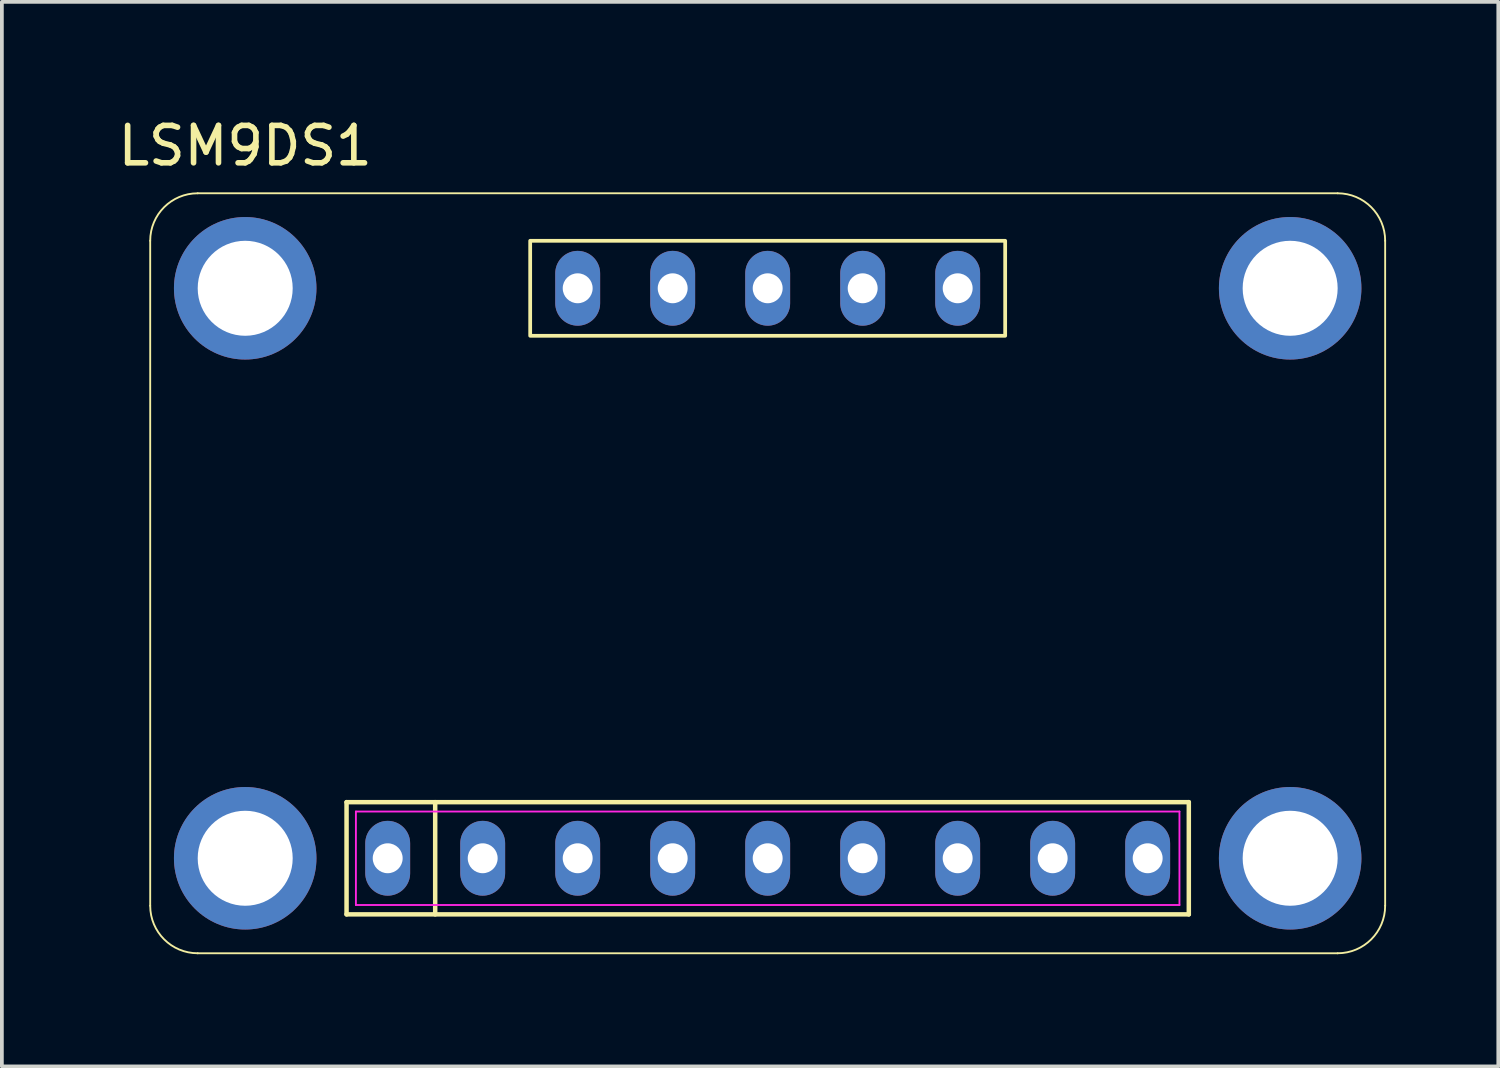
<source format=kicad_pcb>
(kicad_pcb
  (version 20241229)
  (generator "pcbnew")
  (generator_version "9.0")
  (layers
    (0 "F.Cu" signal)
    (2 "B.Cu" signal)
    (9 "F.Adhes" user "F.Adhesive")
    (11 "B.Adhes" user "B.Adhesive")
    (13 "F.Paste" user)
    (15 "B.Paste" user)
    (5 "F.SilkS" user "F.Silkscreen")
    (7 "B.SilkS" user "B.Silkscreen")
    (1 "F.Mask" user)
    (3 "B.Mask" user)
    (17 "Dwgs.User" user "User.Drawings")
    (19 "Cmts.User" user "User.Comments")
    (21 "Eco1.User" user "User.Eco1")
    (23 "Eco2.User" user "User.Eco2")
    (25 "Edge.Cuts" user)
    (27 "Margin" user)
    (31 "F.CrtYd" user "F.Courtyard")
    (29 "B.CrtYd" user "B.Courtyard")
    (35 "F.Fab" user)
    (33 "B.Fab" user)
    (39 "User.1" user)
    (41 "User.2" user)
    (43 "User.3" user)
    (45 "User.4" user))
  (footprint "LSM9DS1"
    (layer "F.Cu")
    (at 17.476 19.898)
    (property "Reference" "LSM9DS1" (at -13.97 -19.05 0) (layer "F.SilkS") (effects (font (size 1 1) (thickness 0.15))))
    (attr through_hole)
    (fp_line (start -16.51 1.27) (end -16.51 -16.51) (stroke (width 0.05) (type default)) (layer "F.SilkS"))
    (fp_line (start -15.24 -17.78) (end 15.24 -17.78) (stroke (width 0.05) (type default)) (layer "F.SilkS"))
    (fp_line (start -11.26 -1.5) (end 11.26 -1.5) (stroke (width 0.12) (type default)) (layer "F.SilkS"))
    (fp_line (start -11.26 1.5) (end -11.26 -1.5) (stroke (width 0.12) (type default)) (layer "F.SilkS"))
    (fp_line (start -8.89 -1.5) (end -8.89 1.5) (stroke (width 0.12) (type default)) (layer "F.SilkS"))
    (fp_line (start 11.26 -1.5) (end 11.26 1.5) (stroke (width 0.12) (type default)) (layer "F.SilkS"))
    (fp_line (start 11.26 1.5) (end -11.26 1.5) (stroke (width 0.12) (type default)) (layer "F.SilkS"))
    (fp_line (start 15.24 2.54) (end -15.24 2.54) (stroke (width 0.05) (type default)) (layer "F.SilkS"))
    (fp_line (start 16.51 -16.51) (end 16.51 1.27) (stroke (width 0.05) (type default)) (layer "F.SilkS"))
    (fp_rect (start -6.35 -16.51) (end 6.35 -13.97) (stroke (width 0.1) (type default)) (fill no) (layer "F.SilkS"))
    (fp_arc (start -16.51 -16.51) (mid -16.138026 -17.408026) (end -15.24 -17.78) (stroke (width 0.05) (type default)) (layer "F.SilkS"))
    (fp_arc (start -15.24 2.54) (mid -16.138026 2.168026) (end -16.51 1.27) (stroke (width 0.05) (type default)) (layer "F.SilkS"))
    (fp_arc (start 15.24 -17.78) (mid 16.138026 -17.408026) (end 16.51 -16.51) (stroke (width 0.05) (type default)) (layer "F.SilkS"))
    (fp_arc (start 16.51 1.27) (mid 16.138026 2.168026) (end 15.24 2.54) (stroke (width 0.05) (type default)) (layer "F.SilkS"))
    (fp_line (start -11.01 -1.25) (end 11.01 -1.25) (stroke (width 0.05) (type default)) (layer "F.CrtYd"))
    (fp_line (start -11.01 1.25) (end -11.01 -1.25) (stroke (width 0.05) (type default)) (layer "F.CrtYd"))
    (fp_line (start 11.01 -1.25) (end 11.01 1.25) (stroke (width 0.05) (type default)) (layer "F.CrtYd"))
    (fp_line (start 11.01 1.25) (end -11.01 1.25) (stroke (width 0.05) (type default)) (layer "F.CrtYd"))
    (pad "" thru_hole circle (at -13.97 -15.24) (size 3.81 3.81) (drill 2.54) (layers "*.Cu" "*.Mask"))
    (pad "" thru_hole circle (at -13.97 0) (size 3.81 3.81) (drill 2.54) (layers "*.Cu" "*.Mask"))
    (pad "" thru_hole circle (at 13.97 -15.24) (size 3.81 3.81) (drill 2.54) (layers "*.Cu" "*.Mask"))
    (pad "" thru_hole circle (at 13.97 0) (size 3.81 3.81) (drill 2.54) (layers "*.Cu" "*.Mask"))
    (pad "1" thru_hole oval (at -10.16 0) (size 1.2 2) (drill 0.8) (layers "*.Cu" "*.Mask"))
    (pad "2" thru_hole oval (at -7.62 0) (size 1.2 2) (drill 0.8) (layers "*.Cu" "*.Mask"))
    (pad "3" thru_hole oval (at -5.08 0) (size 1.2 2) (drill 0.8) (layers "*.Cu" "*.Mask"))
    (pad "4" thru_hole oval (at -2.54 0) (size 1.2 2) (drill 0.8) (layers "*.Cu" "*.Mask"))
    (pad "5" thru_hole oval (at 0 0) (size 1.2 2) (drill 0.8) (layers "*.Cu" "*.Mask"))
    (pad "6" thru_hole oval (at 2.54 0) (size 1.2 2) (drill 0.8) (layers "*.Cu" "*.Mask"))
    (pad "7" thru_hole oval (at 5.08 0) (size 1.2 2) (drill 0.8) (layers "*.Cu" "*.Mask"))
    (pad "8" thru_hole oval (at 7.62 0) (size 1.2 2) (drill 0.8) (layers "*.Cu" "*.Mask"))
    (pad "9" thru_hole oval (at 10.16 0) (size 1.2 2) (drill 0.8) (layers "*.Cu" "*.Mask"))
    (pad "10" thru_hole oval (at 5.08 -15.24) (size 1.2 2) (drill 0.8) (layers "*.Cu" "*.Mask"))
    (pad "11" thru_hole oval (at 2.54 -15.24) (size 1.2 2) (drill 0.8) (layers "*.Cu" "*.Mask"))
    (pad "12" thru_hole oval (at 0 -15.24) (size 1.2 2) (drill 0.8) (layers "*.Cu" "*.Mask"))
    (pad "13" thru_hole oval (at -2.54 -15.24) (size 1.2 2) (drill 0.8) (layers "*.Cu" "*.Mask"))
    (pad "14" thru_hole oval (at -5.08 -15.24) (size 1.2 2) (drill 0.8) (layers "*.Cu" "*.Mask")))
  (gr_rect
    (start -3 -3)
    (end 37.011 25.463)
    (stroke (width 0.1) (type default))
    (fill no)
    (layer "Edge.Cuts")))
</source>
